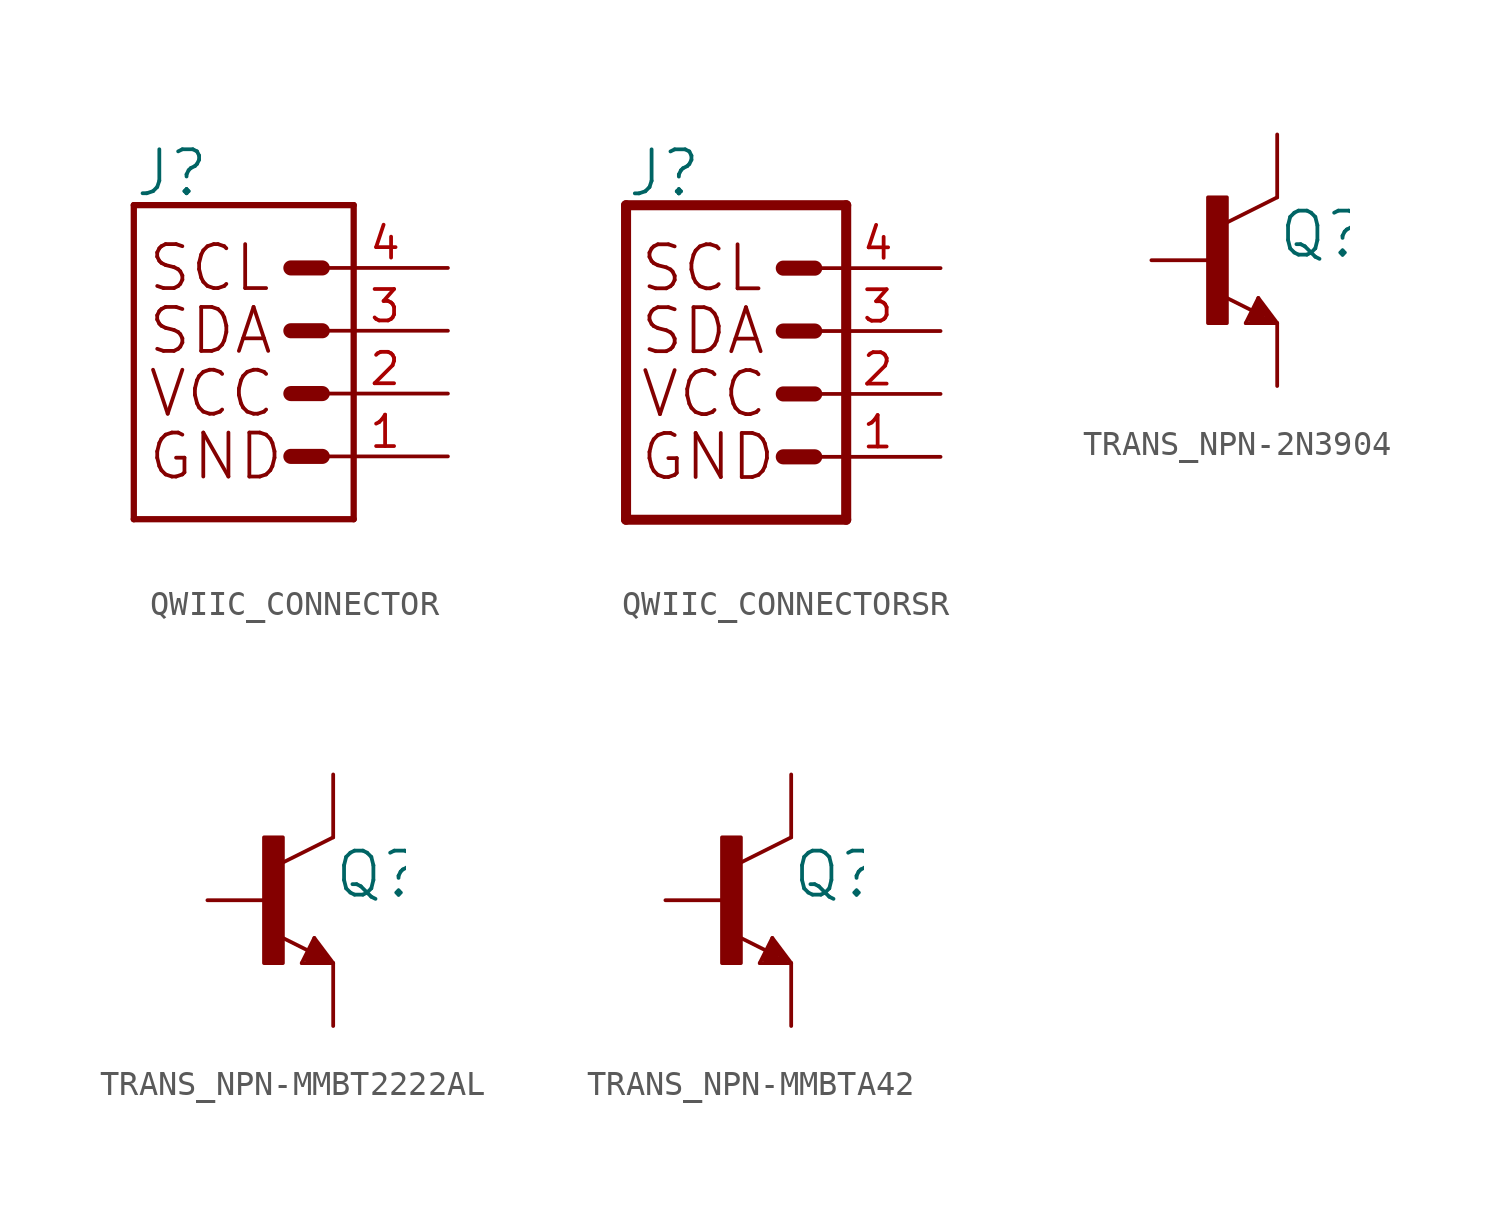
<source format=kicad_sym>
(kicad_symbol_lib
  (version 20220914)
  (generator kicad_symbol_editor)
  (symbol "QWIIC_CONNECTOR"
    (property "Reference" "J"
      (at -5.08 7.874 0)
      (effects (font (size 1.778 1.778)) (justify left bottom)))
    (property "Value" ""
      (at -5.08 -5.334 0)
      (effects (font (size 1.778 1.778)) (justify left top)))
    (property "ki_locked" ""
      (at 0 0 0)
      (effects (font (size 1.27 1.27))))
    (symbol "QWIIC_CONNECTOR_1_0"
      (polyline (pts (xy -5.08 7.62) (xy -5.08 -5.08)) (stroke (width 0.254) (type solid)) (fill (type none)))
      (polyline (pts (xy -5.08 7.62) (xy 3.81 7.62)) (stroke (width 0.254) (type solid)) (fill (type none)))
      (polyline (pts (xy 1.27 -2.54) (xy 2.54 -2.54)) (stroke (width 0.61) (type solid)) (fill (type none)))
      (polyline (pts (xy 1.27 0) (xy 2.54 0)) (stroke (width 0.61) (type solid)) (fill (type none)))
      (polyline (pts (xy 1.27 2.54) (xy 2.54 2.54)) (stroke (width 0.61) (type solid)) (fill (type none)))
      (polyline (pts (xy 1.27 5.08) (xy 2.54 5.08)) (stroke (width 0.61) (type solid)) (fill (type none)))
      (polyline (pts (xy 3.81 -5.08) (xy -5.08 -5.08)) (stroke (width 0.254) (type solid)) (fill (type none)))
      (polyline (pts (xy 3.81 -5.08) (xy 3.81 7.62)) (stroke (width 0.254) (type solid)) (fill (type none)))
      (text "GND" (at -4.572 -2.54 0) (effects (font (size 1.778 1.778)) (justify left)))
      (text "SCL" (at -4.572 5.08 0) (effects (font (size 1.778 1.778)) (justify left)))
      (text "SDA" (at -4.572 2.54 0) (effects (font (size 1.778 1.778)) (justify left)))
      (text "VCC" (at -4.572 0 0) (effects (font (size 1.778 1.778)) (justify left)))
      (pin power_in line (at 7.62 -2.54 180) (length 5.08) (name "1" (effects (font (size 0 0)))) (number "1" (effects (font (size 1.27 1.27)))))
      (pin power_in line (at 7.62 0 180) (length 5.08) (name "2" (effects (font (size 0 0)))) (number "2" (effects (font (size 1.27 1.27)))))
      (pin passive line (at 7.62 2.54 180) (length 5.08) (name "3" (effects (font (size 0 0)))) (number "3" (effects (font (size 1.27 1.27)))))
      (pin passive line (at 7.62 5.08 180) (length 5.08) (name "4" (effects (font (size 0 0)))) (number "4" (effects (font (size 1.27 1.27)))))))
  (symbol "QWIIC_CONNECTORSR"
    (property "Reference" "J"
      (at -5.08 7.874 0)
      (effects (font (size 1.778 1.778)) (justify left bottom)))
    (property "Value" ""
      (at -5.08 -5.334 0)
      (effects (font (size 1.778 1.778)) (justify left top)))
    (property "ki_locked" ""
      (at 0 0 0)
      (effects (font (size 1.27 1.27))))
    (symbol "QWIIC_CONNECTORSR_1_0"
      (polyline (pts (xy -5.08 7.62) (xy -5.08 -5.08)) (stroke (width 0.406) (type solid)) (fill (type none)))
      (polyline (pts (xy -5.08 7.62) (xy 3.81 7.62)) (stroke (width 0.406) (type solid)) (fill (type none)))
      (polyline (pts (xy 1.27 -2.54) (xy 2.54 -2.54)) (stroke (width 0.61) (type solid)) (fill (type none)))
      (polyline (pts (xy 1.27 0) (xy 2.54 0)) (stroke (width 0.61) (type solid)) (fill (type none)))
      (polyline (pts (xy 1.27 2.54) (xy 2.54 2.54)) (stroke (width 0.61) (type solid)) (fill (type none)))
      (polyline (pts (xy 1.27 5.08) (xy 2.54 5.08)) (stroke (width 0.61) (type solid)) (fill (type none)))
      (polyline (pts (xy 3.81 -5.08) (xy -5.08 -5.08)) (stroke (width 0.406) (type solid)) (fill (type none)))
      (polyline (pts (xy 3.81 -5.08) (xy 3.81 7.62)) (stroke (width 0.406) (type solid)) (fill (type none)))
      (text "GND" (at -4.572 -2.54 0) (effects (font (size 1.778 1.778)) (justify left)))
      (text "SCL" (at -4.572 5.08 0) (effects (font (size 1.778 1.778)) (justify left)))
      (text "SDA" (at -4.572 2.54 0) (effects (font (size 1.778 1.778)) (justify left)))
      (text "VCC" (at -4.572 0 0) (effects (font (size 1.778 1.778)) (justify left)))
      (pin power_in line (at 7.62 -2.54 180) (length 5.08) (name "1" (effects (font (size 0 0)))) (number "1" (effects (font (size 1.27 1.27)))))
      (pin power_in line (at 7.62 0 180) (length 5.08) (name "2" (effects (font (size 0 0)))) (number "2" (effects (font (size 1.27 1.27)))))
      (pin passive line (at 7.62 2.54 180) (length 5.08) (name "3" (effects (font (size 0 0)))) (number "3" (effects (font (size 1.27 1.27)))))
      (pin passive line (at 7.62 5.08 180) (length 5.08) (name "4" (effects (font (size 0 0)))) (number "4" (effects (font (size 1.27 1.27)))))))
  (symbol "TRANS_NPN-2N3904"
    (property "Reference" "Q"
      (at 2.54 0 0)
      (effects (font (size 1.778 1.778)) (justify left bottom)))
    (property "Value" ""
      (at 2.54 -2.286 0)
      (effects (font (size 1.778 1.778)) (justify left bottom)))
    (property "ki_locked" ""
      (at 0 0 0)
      (effects (font (size 1.27 1.27))))
    (symbol "TRANS_NPN-2N3904_1_0"
      (rectangle (start -0.254 -2.54) (end 0.508 2.54) (stroke (width 0) (type default)) (fill (type outline)))
      (polyline (pts (xy 1.27 -2.54) (xy 1.778 -1.524)) (stroke (width 0.152) (type solid)) (fill (type none)))
      (polyline (pts (xy 1.524 -2.413) (xy 2.286 -2.413)) (stroke (width 0.254) (type solid)) (fill (type none)))
      (polyline (pts (xy 1.524 -2.286) (xy 1.905 -2.286)) (stroke (width 0.254) (type solid)) (fill (type none)))
      (polyline (pts (xy 1.54 -2.04) (xy 0.308 -1.424)) (stroke (width 0.152) (type solid)) (fill (type none)))
      (polyline (pts (xy 1.778 -1.778) (xy 1.524 -2.286)) (stroke (width 0.254) (type solid)) (fill (type none)))
      (polyline (pts (xy 1.778 -1.524) (xy 2.54 -2.54)) (stroke (width 0.152) (type solid)) (fill (type none)))
      (polyline (pts (xy 1.905 -2.286) (xy 1.778 -2.032)) (stroke (width 0.254) (type solid)) (fill (type none)))
      (polyline (pts (xy 2.286 -2.413) (xy 1.778 -1.778)) (stroke (width 0.254) (type solid)) (fill (type none)))
      (polyline (pts (xy 2.54 -2.54) (xy 1.27 -2.54)) (stroke (width 0.152) (type solid)) (fill (type none)))
      (polyline (pts (xy 2.54 2.54) (xy 0.508 1.524)) (stroke (width 0.152) (type solid)) (fill (type none)))
      (pin passive line (at 2.54 -5.08 90) (length 2.54) (name "E" (effects (font (size 0 0)))) (number "1" (effects (font (size 0 0)))))
      (pin passive line (at -2.54 0 0) (length 2.54) (name "B" (effects (font (size 0 0)))) (number "2" (effects (font (size 0 0)))))
      (pin passive line (at 2.54 5.08 270) (length 2.54) (name "C" (effects (font (size 0 0)))) (number "3" (effects (font (size 0 0)))))))
  (symbol "TRANS_NPN-MMBT2222AL"
    (property "Reference" "Q"
      (at 2.54 0 0)
      (effects (font (size 1.778 1.778)) (justify left bottom)))
    (property "Value" ""
      (at 2.54 -2.286 0)
      (effects (font (size 1.778 1.778)) (justify left bottom)))
    (property "ki_locked" ""
      (at 0 0 0)
      (effects (font (size 1.27 1.27))))
    (symbol "TRANS_NPN-MMBT2222AL_1_0"
      (rectangle (start -0.254 -2.54) (end 0.508 2.54) (stroke (width 0) (type default)) (fill (type outline)))
      (polyline (pts (xy 1.27 -2.54) (xy 1.778 -1.524)) (stroke (width 0.152) (type solid)) (fill (type none)))
      (polyline (pts (xy 1.524 -2.413) (xy 2.286 -2.413)) (stroke (width 0.254) (type solid)) (fill (type none)))
      (polyline (pts (xy 1.524 -2.286) (xy 1.905 -2.286)) (stroke (width 0.254) (type solid)) (fill (type none)))
      (polyline (pts (xy 1.54 -2.04) (xy 0.308 -1.424)) (stroke (width 0.152) (type solid)) (fill (type none)))
      (polyline (pts (xy 1.778 -1.778) (xy 1.524 -2.286)) (stroke (width 0.254) (type solid)) (fill (type none)))
      (polyline (pts (xy 1.778 -1.524) (xy 2.54 -2.54)) (stroke (width 0.152) (type solid)) (fill (type none)))
      (polyline (pts (xy 1.905 -2.286) (xy 1.778 -2.032)) (stroke (width 0.254) (type solid)) (fill (type none)))
      (polyline (pts (xy 2.286 -2.413) (xy 1.778 -1.778)) (stroke (width 0.254) (type solid)) (fill (type none)))
      (polyline (pts (xy 2.54 -2.54) (xy 1.27 -2.54)) (stroke (width 0.152) (type solid)) (fill (type none)))
      (polyline (pts (xy 2.54 2.54) (xy 0.508 1.524)) (stroke (width 0.152) (type solid)) (fill (type none)))
      (pin passive line (at -2.54 0 0) (length 2.54) (name "B" (effects (font (size 0 0)))) (number "1" (effects (font (size 0 0)))))
      (pin passive line (at 2.54 -5.08 90) (length 2.54) (name "E" (effects (font (size 0 0)))) (number "2" (effects (font (size 0 0)))))
      (pin passive line (at 2.54 5.08 270) (length 2.54) (name "C" (effects (font (size 0 0)))) (number "3" (effects (font (size 0 0)))))))
  (symbol "TRANS_NPN-MMBTA42"
    (property "Reference" "Q"
      (at 2.54 0 0)
      (effects (font (size 1.778 1.778)) (justify left bottom)))
    (property "Value" ""
      (at 2.54 -2.286 0)
      (effects (font (size 1.778 1.778)) (justify left bottom)))
    (property "ki_locked" ""
      (at 0 0 0)
      (effects (font (size 1.27 1.27))))
    (symbol "TRANS_NPN-MMBTA42_1_0"
      (rectangle (start -0.254 -2.54) (end 0.508 2.54) (stroke (width 0) (type default)) (fill (type outline)))
      (polyline (pts (xy 1.27 -2.54) (xy 1.778 -1.524)) (stroke (width 0.152) (type solid)) (fill (type none)))
      (polyline (pts (xy 1.524 -2.413) (xy 2.286 -2.413)) (stroke (width 0.254) (type solid)) (fill (type none)))
      (polyline (pts (xy 1.524 -2.286) (xy 1.905 -2.286)) (stroke (width 0.254) (type solid)) (fill (type none)))
      (polyline (pts (xy 1.54 -2.04) (xy 0.308 -1.424)) (stroke (width 0.152) (type solid)) (fill (type none)))
      (polyline (pts (xy 1.778 -1.778) (xy 1.524 -2.286)) (stroke (width 0.254) (type solid)) (fill (type none)))
      (polyline (pts (xy 1.778 -1.524) (xy 2.54 -2.54)) (stroke (width 0.152) (type solid)) (fill (type none)))
      (polyline (pts (xy 1.905 -2.286) (xy 1.778 -2.032)) (stroke (width 0.254) (type solid)) (fill (type none)))
      (polyline (pts (xy 2.286 -2.413) (xy 1.778 -1.778)) (stroke (width 0.254) (type solid)) (fill (type none)))
      (polyline (pts (xy 2.54 -2.54) (xy 1.27 -2.54)) (stroke (width 0.152) (type solid)) (fill (type none)))
      (polyline (pts (xy 2.54 2.54) (xy 0.508 1.524)) (stroke (width 0.152) (type solid)) (fill (type none)))
      (pin passive line (at -2.54 0 0) (length 2.54) (name "B" (effects (font (size 0 0)))) (number "1" (effects (font (size 0 0)))))
      (pin passive line (at 2.54 -5.08 90) (length 2.54) (name "E" (effects (font (size 0 0)))) (number "2" (effects (font (size 0 0)))))
      (pin passive line (at 2.54 5.08 270) (length 2.54) (name "C" (effects (font (size 0 0)))) (number "3" (effects (font (size 0 0))))))))
</source>
